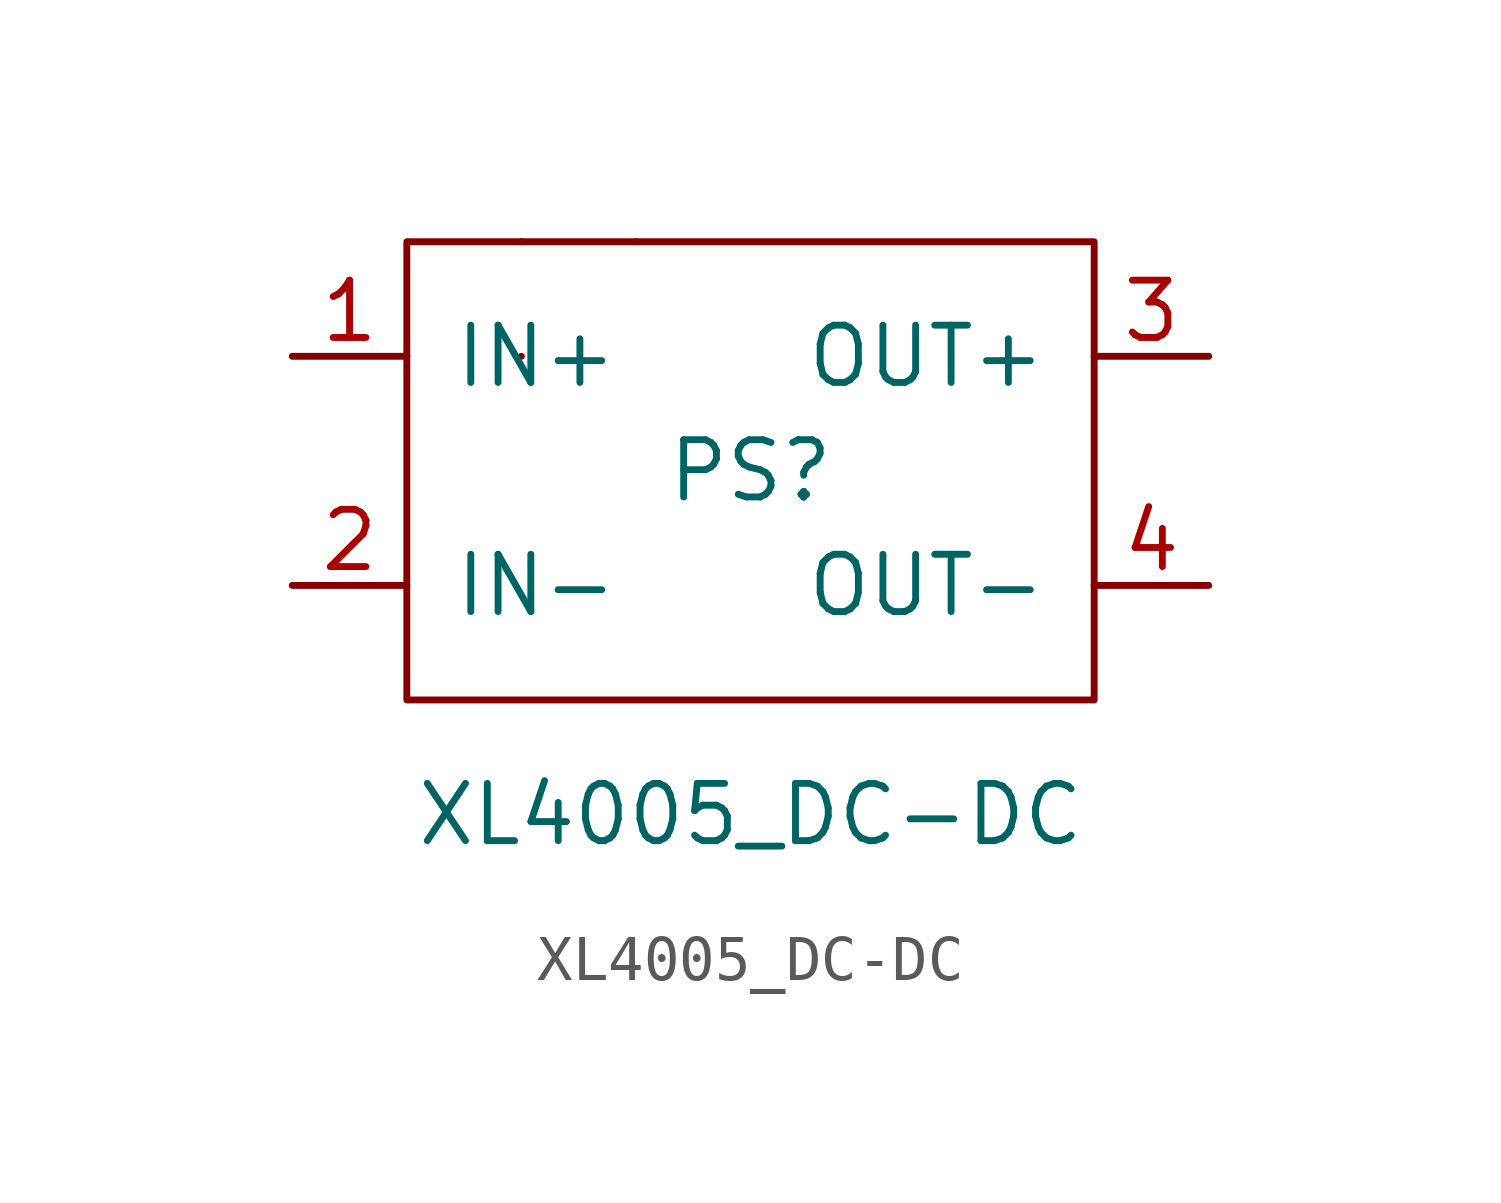
<source format=kicad_sym>
(kicad_symbol_lib
  (version 20231120)
  (generator "kicad_symbol_editor")
  (generator_version "8.0")
  (symbol "XL4005_DC-DC"
    (pin_names
      (offset 1.016))
    (property "Reference" "PS"
      (at 0 0 0)
      (effects (font (size 1.27 1.27))))
    (property "Value" "XL4005_DC-DC"
      (at 0 -7.62 0)
      (effects (font (size 1.27 1.27))))
    (symbol "XL4005_DC-DC_0_1"
      (rectangle (start -7.62 5.08) (end 7.62 -5.08) (stroke (width 0) (type solid)) (fill (type none)))
      (rectangle (start -5.08 2.54) (end -5.08 2.54) (stroke (width 0) (type solid)) (fill (type none)))
      (rectangle (start -5.08 5.08) (end -5.08 5.08) (stroke (width 0) (type solid)) (fill (type none)))
      (rectangle (start -2.54 5.08) (end -2.54 5.08) (stroke (width 0) (type solid)) (fill (type none))))
    (symbol "XL4005_DC-DC_1_1"
      (pin input line (at -10.16 2.54 0) (length 2.54) (name "IN+" (effects (font (size 1.27 1.27)))) (number "1" (effects (font (size 1.27 1.27)))))
      (pin input line (at -10.16 -2.54 0) (length 2.54) (name "IN-" (effects (font (size 1.27 1.27)))) (number "2" (effects (font (size 1.27 1.27)))))
      (pin output line (at 10.16 2.54 180) (length 2.54) (name "OUT+" (effects (font (size 1.27 1.27)))) (number "3" (effects (font (size 1.27 1.27)))))
      (pin output line (at 10.16 -2.54 180) (length 2.54) (name "OUT-" (effects (font (size 1.27 1.27)))) (number "4" (effects (font (size 1.27 1.27))))))))
</source>
